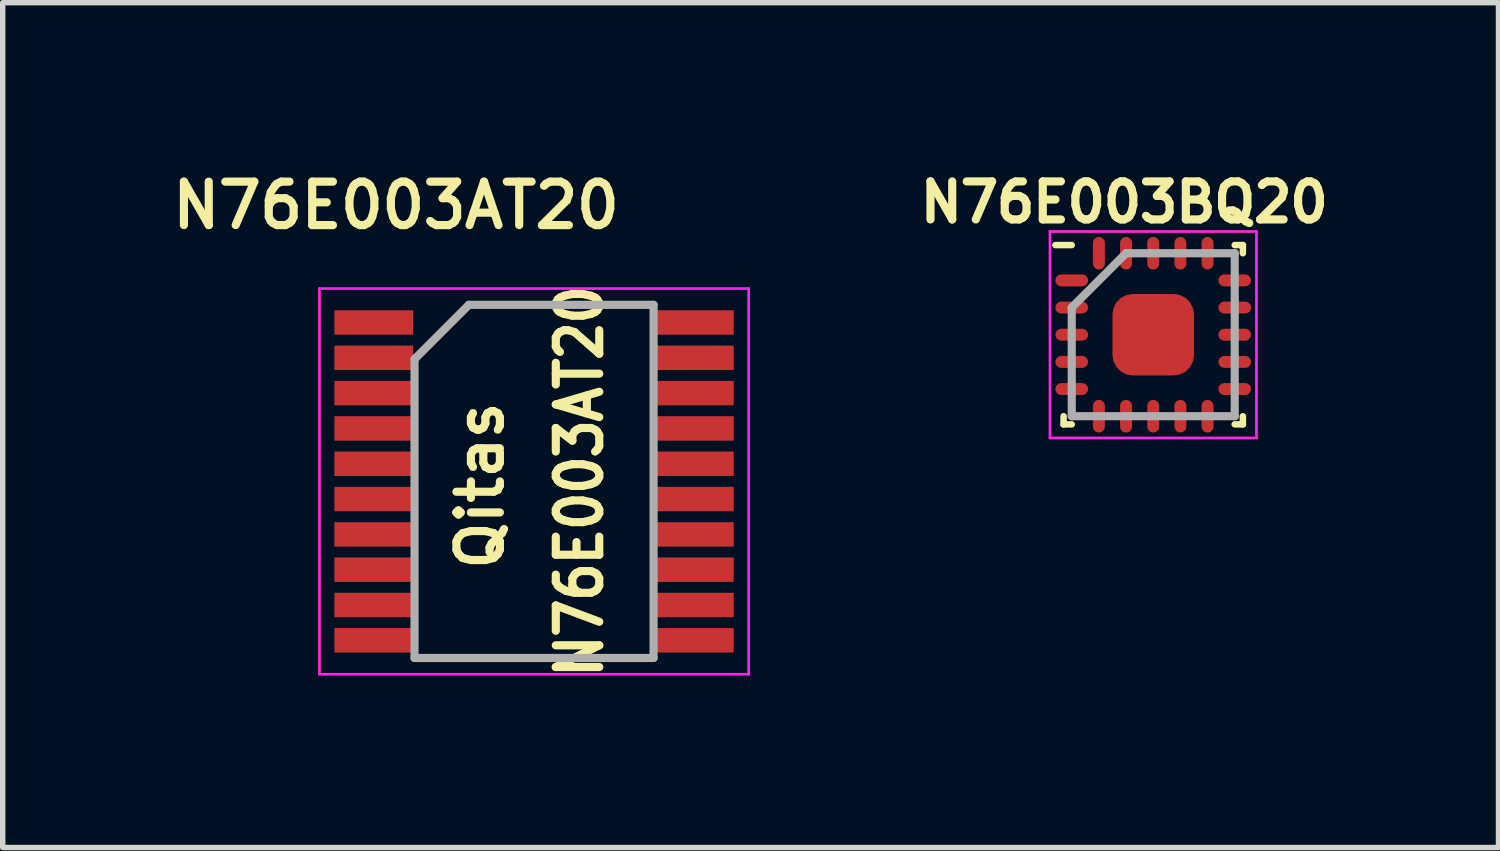
<source format=kicad_pcb>
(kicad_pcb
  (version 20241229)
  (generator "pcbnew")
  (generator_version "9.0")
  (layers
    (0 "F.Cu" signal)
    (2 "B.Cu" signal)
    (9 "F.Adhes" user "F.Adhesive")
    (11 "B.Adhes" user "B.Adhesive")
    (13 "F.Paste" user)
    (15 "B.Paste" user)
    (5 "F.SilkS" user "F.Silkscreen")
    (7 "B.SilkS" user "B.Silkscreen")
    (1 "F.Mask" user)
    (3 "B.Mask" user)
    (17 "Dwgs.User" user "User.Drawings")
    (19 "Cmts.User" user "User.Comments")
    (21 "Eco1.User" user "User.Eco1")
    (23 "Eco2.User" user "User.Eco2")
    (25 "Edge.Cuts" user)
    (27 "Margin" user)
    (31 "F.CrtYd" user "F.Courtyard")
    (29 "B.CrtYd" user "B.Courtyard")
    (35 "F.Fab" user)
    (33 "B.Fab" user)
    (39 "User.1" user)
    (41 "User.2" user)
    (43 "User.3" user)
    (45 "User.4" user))
  (footprint "N76E003BQ20"
    (layer "F.Cu")
    (at 18.152 3.086)
    (property "Reference" "N76E003BQ20" (at -0.508 -2.413 0) (layer "F.SilkS") (effects (font (size 0.7 0.7) (thickness 0.15))))
    (attr smd)
    (fp_line (start -1.625 1.675) (end -1.625 1.525) (stroke (width 0.12) (type solid)) (layer "F.SilkS"))
    (fp_line (start -1.475 -1.625) (end -1.775 -1.625) (stroke (width 0.12) (type solid)) (layer "F.SilkS"))
    (fp_line (start -1.475 1.675) (end -1.625 1.675) (stroke (width 0.12) (type solid)) (layer "F.SilkS"))
    (fp_line (start 1.525 -1.625) (end 1.675 -1.625) (stroke (width 0.12) (type solid)) (layer "F.SilkS"))
    (fp_line (start 1.525 1.675) (end 1.675 1.675) (stroke (width 0.12) (type solid)) (layer "F.SilkS"))
    (fp_line (start 1.675 -1.625) (end 1.675 -1.475) (stroke (width 0.12) (type solid)) (layer "F.SilkS"))
    (fp_line (start 1.675 1.675) (end 1.675 1.525) (stroke (width 0.12) (type solid)) (layer "F.SilkS"))
    (fp_line (start -1.875 -1.875) (end 1.925 -1.875) (stroke (width 0.05) (type solid)) (layer "F.CrtYd"))
    (fp_line (start -1.875 1.925) (end -1.875 -1.875) (stroke (width 0.05) (type solid)) (layer "F.CrtYd"))
    (fp_line (start 1.925 -1.875) (end 1.925 1.925) (stroke (width 0.05) (type solid)) (layer "F.CrtYd"))
    (fp_line (start 1.925 1.925) (end -1.875 1.925) (stroke (width 0.05) (type solid)) (layer "F.CrtYd"))
    (fp_line (start -1.475 -0.475) (end -1.475 1.525) (stroke (width 0.15) (type solid)) (layer "F.Fab"))
    (fp_line (start -1.475 1.525) (end 1.525 1.525) (stroke (width 0.15) (type solid)) (layer "F.Fab"))
    (fp_line (start -0.475 -1.475) (end -1.475 -0.475) (stroke (width 0.15) (type solid)) (layer "F.Fab"))
    (fp_line (start 1.525 -1.475) (end -0.475 -1.475) (stroke (width 0.15) (type solid)) (layer "F.Fab"))
    (fp_line (start 1.525 1.525) (end 1.525 -1.475) (stroke (width 0.15) (type solid)) (layer "F.Fab"))
    (pad "1" smd oval (at -1.475 -0.975 90) (size 0.22 0.6) (layers "F.Cu" "F.Mask" "F.Paste"))
    (pad "2" smd oval (at -1.475 -0.475 90) (size 0.22 0.6) (layers "F.Cu" "F.Mask" "F.Paste"))
    (pad "3" smd oval (at -1.475 0.025 90) (size 0.22 0.6) (layers "F.Cu" "F.Mask" "F.Paste"))
    (pad "4" smd oval (at -1.475 0.525 90) (size 0.22 0.6) (layers "F.Cu" "F.Mask" "F.Paste"))
    (pad "5" smd oval (at -1.475 1.025 90) (size 0.22 0.6) (layers "F.Cu" "F.Mask" "F.Paste"))
    (pad "6" smd oval (at -0.975 1.525) (size 0.22 0.6) (layers "F.Cu" "F.Mask" "F.Paste"))
    (pad "7" smd oval (at -0.475 1.525) (size 0.22 0.6) (layers "F.Cu" "F.Mask" "F.Paste"))
    (pad "8" smd oval (at 0.025 1.525) (size 0.22 0.6) (layers "F.Cu" "F.Mask" "F.Paste"))
    (pad "9" smd oval (at 0.525 1.525) (size 0.22 0.6) (layers "F.Cu" "F.Mask" "F.Paste"))
    (pad "10" smd oval (at 1.025 1.525) (size 0.22 0.6) (layers "F.Cu" "F.Mask" "F.Paste"))
    (pad "11" smd oval (at 1.525 1.025 90) (size 0.22 0.6) (layers "F.Cu" "F.Mask" "F.Paste"))
    (pad "12" smd oval (at 1.525 0.525 90) (size 0.22 0.6) (layers "F.Cu" "F.Mask" "F.Paste"))
    (pad "13" smd oval (at 1.525 0.025 90) (size 0.22 0.6) (layers "F.Cu" "F.Mask" "F.Paste"))
    (pad "14" smd oval (at 1.525 -0.475 90) (size 0.22 0.6) (layers "F.Cu" "F.Mask" "F.Paste"))
    (pad "15" smd oval (at 1.525 -0.975 90) (size 0.22 0.6) (layers "F.Cu" "F.Mask" "F.Paste"))
    (pad "16" smd oval (at 1.025 -1.475) (size 0.22 0.6) (layers "F.Cu" "F.Mask" "F.Paste"))
    (pad "17" smd oval (at 0.525 -1.475) (size 0.22 0.6) (layers "F.Cu" "F.Mask" "F.Paste"))
    (pad "18" smd oval (at 0.025 -1.475) (size 0.22 0.6) (layers "F.Cu" "F.Mask" "F.Paste"))
    (pad "19" smd oval (at -0.475 -1.475) (size 0.22 0.6) (layers "F.Cu" "F.Mask" "F.Paste"))
    (pad "20" smd oval (at -0.975 -1.475) (size 0.22 0.6) (layers "F.Cu" "F.Mask" "F.Paste"))
    (pad "21" smd roundrect (at 0.025 0.025) (size 1.5 1.5) (layers "F.Cu" "F.Mask" "F.Paste") (roundrect_rratio 0.25)))
  (footprint "N76E003AT20"
    (layer "F.Cu")
    (at 6.78 5.811)
    (property "Reference" "N76E003AT20" (at -2.54 -5.08 0) (layer "F.SilkS") (effects (font (size 0.8 0.8) (thickness 0.15))))
    (attr smd)
    (fp_line (start -3.95 -3.55) (end -3.95 3.55) (stroke (width 0.05) (type solid)) (layer "F.CrtYd"))
    (fp_line (start -3.95 -3.55) (end 3.95 -3.55) (stroke (width 0.05) (type solid)) (layer "F.CrtYd"))
    (fp_line (start -3.95 3.55) (end 3.95 3.55) (stroke (width 0.05) (type solid)) (layer "F.CrtYd"))
    (fp_line (start 3.95 -3.55) (end 3.95 3.55) (stroke (width 0.05) (type solid)) (layer "F.CrtYd"))
    (fp_line (start -2.2 -2.25) (end -1.2 -3.25) (stroke (width 0.15) (type solid)) (layer "F.Fab"))
    (fp_line (start -2.2 3.25) (end -2.2 -2.25) (stroke (width 0.15) (type solid)) (layer "F.Fab"))
    (fp_line (start -1.2 -3.25) (end 2.2 -3.25) (stroke (width 0.15) (type solid)) (layer "F.Fab"))
    (fp_line (start 2.2 -3.25) (end 2.2 3.25) (stroke (width 0.15) (type solid)) (layer "F.Fab"))
    (fp_line (start 2.2 3.25) (end -2.2 3.25) (stroke (width 0.15) (type solid)) (layer "F.Fab"))
    (fp_text user "N76E003AT20" (at 0.838 0 270) (layer "F.SilkS") (effects (font (size 0.8 0.7) (thickness 0.15))))
    (fp_text user "Qitas" (at -0.991 0.076 270) (layer "F.SilkS") (effects (font (size 0.8 0.8) (thickness 0.15))))
    (pad "1" smd rect (at -2.95 -2.925) (size 1.45 0.45) (layers "F.Cu" "F.Mask" "F.Paste"))
    (pad "2" smd rect (at -2.95 -2.275) (size 1.45 0.45) (layers "F.Cu" "F.Mask" "F.Paste"))
    (pad "3" smd rect (at -2.95 -1.625) (size 1.45 0.45) (layers "F.Cu" "F.Mask" "F.Paste"))
    (pad "4" smd rect (at -2.95 -0.975) (size 1.45 0.45) (layers "F.Cu" "F.Mask" "F.Paste"))
    (pad "5" smd rect (at -2.95 -0.325) (size 1.45 0.45) (layers "F.Cu" "F.Mask" "F.Paste"))
    (pad "6" smd rect (at -2.95 0.325) (size 1.45 0.45) (layers "F.Cu" "F.Mask" "F.Paste"))
    (pad "7" smd rect (at -2.95 0.975) (size 1.45 0.45) (layers "F.Cu" "F.Mask" "F.Paste"))
    (pad "8" smd rect (at -2.95 1.625) (size 1.45 0.45) (layers "F.Cu" "F.Mask" "F.Paste"))
    (pad "9" smd rect (at -2.95 2.275) (size 1.45 0.45) (layers "F.Cu" "F.Mask" "F.Paste"))
    (pad "10" smd rect (at -2.95 2.925) (size 1.45 0.45) (layers "F.Cu" "F.Mask" "F.Paste"))
    (pad "11" smd rect (at 2.95 2.925) (size 1.45 0.45) (layers "F.Cu" "F.Mask" "F.Paste"))
    (pad "12" smd rect (at 2.95 2.275) (size 1.45 0.45) (layers "F.Cu" "F.Mask" "F.Paste"))
    (pad "13" smd rect (at 2.95 1.625) (size 1.45 0.45) (layers "F.Cu" "F.Mask" "F.Paste"))
    (pad "14" smd rect (at 2.95 0.975) (size 1.45 0.45) (layers "F.Cu" "F.Mask" "F.Paste"))
    (pad "15" smd rect (at 2.95 0.325) (size 1.45 0.45) (layers "F.Cu" "F.Mask" "F.Paste"))
    (pad "16" smd rect (at 2.95 -0.325) (size 1.45 0.45) (layers "F.Cu" "F.Mask" "F.Paste"))
    (pad "17" smd rect (at 2.95 -0.975) (size 1.45 0.45) (layers "F.Cu" "F.Mask" "F.Paste"))
    (pad "18" smd rect (at 2.95 -1.625) (size 1.45 0.45) (layers "F.Cu" "F.Mask" "F.Paste"))
    (pad "19" smd rect (at 2.95 -2.275) (size 1.45 0.45) (layers "F.Cu" "F.Mask" "F.Paste"))
    (pad "20" smd rect (at 2.95 -2.925) (size 1.45 0.45) (layers "F.Cu" "F.Mask" "F.Paste")))
  (gr_rect
    (start -3 -3)
    (end 24.532 12.55)
    (stroke (width 0.1) (type default))
    (fill no)
    (layer "Edge.Cuts")))
</source>
